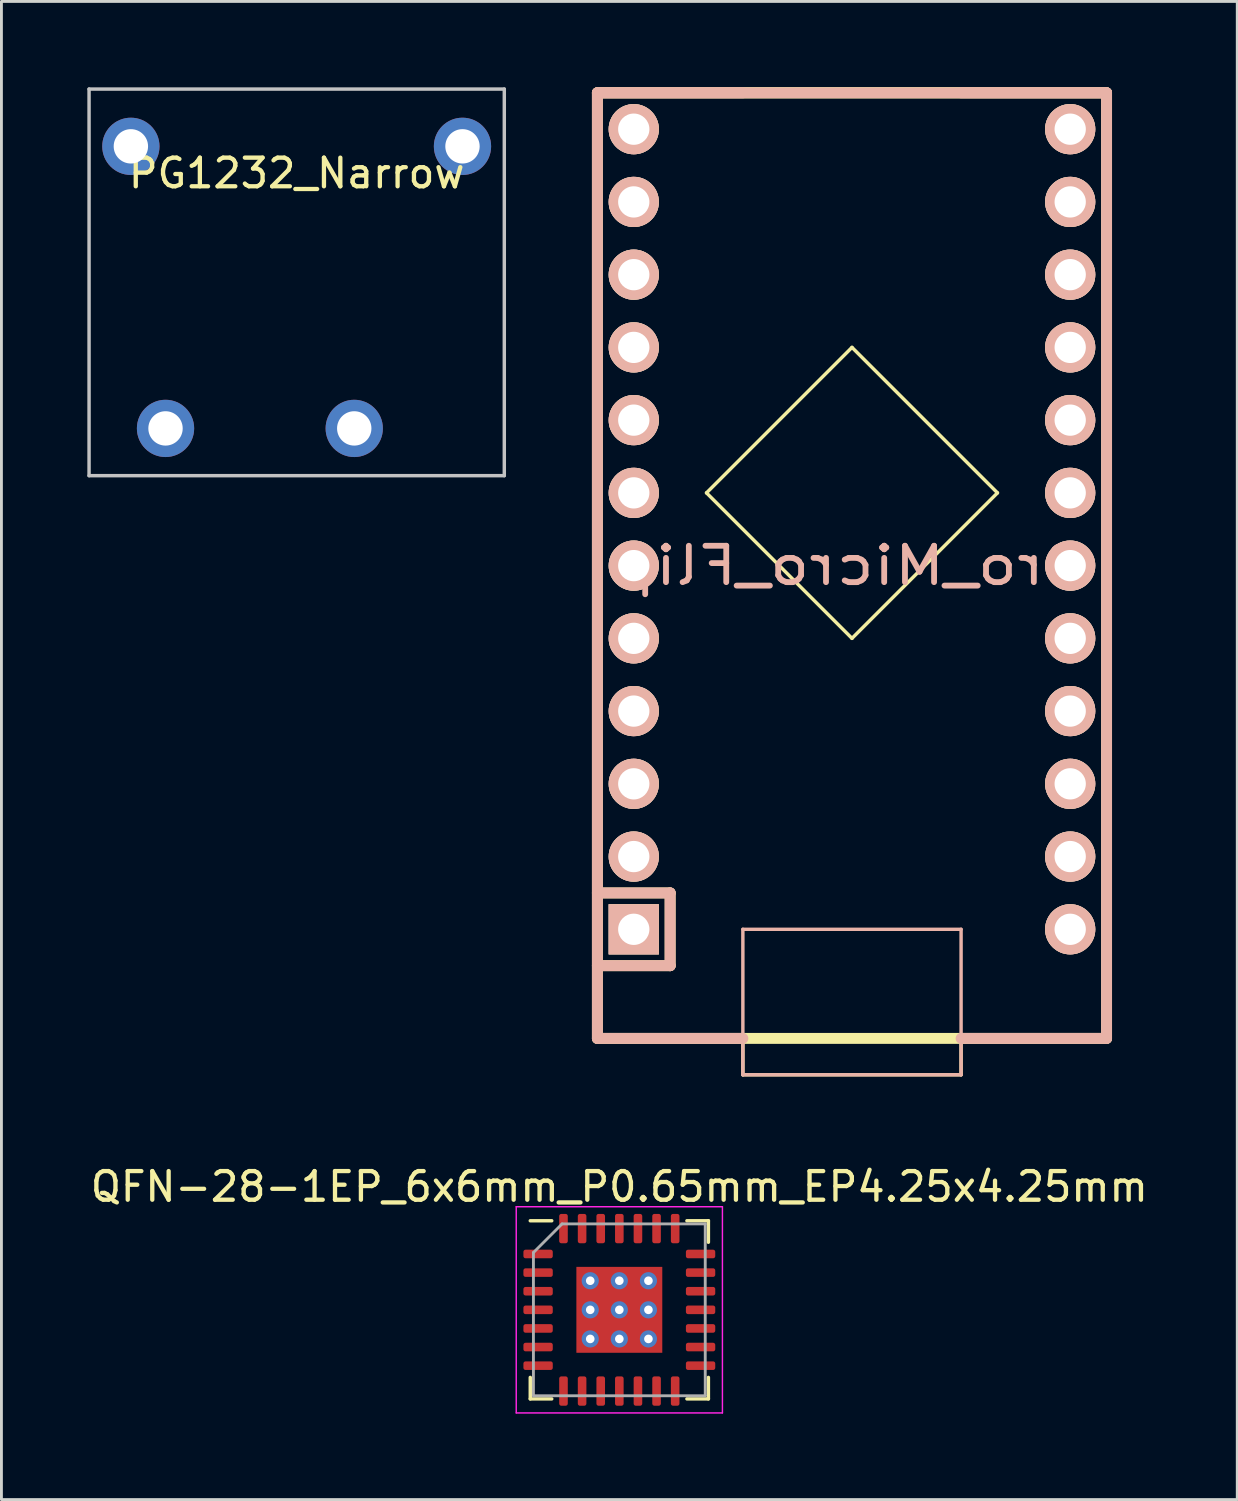
<source format=kicad_pcb>
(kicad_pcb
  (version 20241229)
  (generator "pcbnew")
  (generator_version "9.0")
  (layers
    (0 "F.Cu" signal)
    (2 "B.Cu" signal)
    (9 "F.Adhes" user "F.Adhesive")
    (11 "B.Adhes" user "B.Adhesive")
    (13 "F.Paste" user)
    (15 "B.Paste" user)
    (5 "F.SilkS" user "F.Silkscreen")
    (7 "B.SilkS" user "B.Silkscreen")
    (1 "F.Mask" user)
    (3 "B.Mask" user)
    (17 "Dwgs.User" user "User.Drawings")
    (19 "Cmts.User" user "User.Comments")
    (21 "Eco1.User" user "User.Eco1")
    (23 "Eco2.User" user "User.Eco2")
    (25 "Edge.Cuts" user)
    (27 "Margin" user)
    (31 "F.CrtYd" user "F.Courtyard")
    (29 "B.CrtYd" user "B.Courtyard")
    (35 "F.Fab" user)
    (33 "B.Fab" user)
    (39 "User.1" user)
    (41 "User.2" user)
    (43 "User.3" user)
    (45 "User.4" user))
  (footprint "QFN-28-1EP_6x6mm_P0.65mm_EP4.25x4.25mm"
    (layer "F.Cu")
    (at 18.577 42.689)
    (property "Reference" "QFN-28-1EP_6x6mm_P0.65mm_EP4.25x4.25mm" (at 0 -4.3 0) (layer "F.SilkS") (effects (font (size 1 1) (thickness 0.15))))
    (attr smd)
    (fp_line (start -3.11 3.11) (end -3.11 2.36) (stroke (width 0.12) (type solid)) (layer "F.SilkS"))
    (fp_line (start -2.36 -3.11) (end -3.11 -3.11) (stroke (width 0.12) (type solid)) (layer "F.SilkS"))
    (fp_line (start -2.36 3.11) (end -3.11 3.11) (stroke (width 0.12) (type solid)) (layer "F.SilkS"))
    (fp_line (start 2.36 -3.11) (end 3.11 -3.11) (stroke (width 0.12) (type solid)) (layer "F.SilkS"))
    (fp_line (start 2.36 3.11) (end 3.11 3.11) (stroke (width 0.12) (type solid)) (layer "F.SilkS"))
    (fp_line (start 3.11 -3.11) (end 3.11 -2.36) (stroke (width 0.12) (type solid)) (layer "F.SilkS"))
    (fp_line (start 3.11 3.11) (end 3.11 2.36) (stroke (width 0.12) (type solid)) (layer "F.SilkS"))
    (fp_line (start -3.6 -3.6) (end -3.6 3.6) (stroke (width 0.05) (type solid)) (layer "F.CrtYd"))
    (fp_line (start -3.6 3.6) (end 3.6 3.6) (stroke (width 0.05) (type solid)) (layer "F.CrtYd"))
    (fp_line (start 3.6 -3.6) (end -3.6 -3.6) (stroke (width 0.05) (type solid)) (layer "F.CrtYd"))
    (fp_line (start 3.6 3.6) (end 3.6 -3.6) (stroke (width 0.05) (type solid)) (layer "F.CrtYd"))
    (fp_line (start -3 -2) (end -2 -3) (stroke (width 0.1) (type solid)) (layer "F.Fab"))
    (fp_line (start -3 3) (end -3 -2) (stroke (width 0.1) (type solid)) (layer "F.Fab"))
    (fp_line (start -2 -3) (end 3 -3) (stroke (width 0.1) (type solid)) (layer "F.Fab"))
    (fp_line (start 3 -3) (end 3 3) (stroke (width 0.1) (type solid)) (layer "F.Fab"))
    (fp_line (start 3 3) (end -3 3) (stroke (width 0.1) (type solid)) (layer "F.Fab"))
    (pad "1" smd roundrect (at -2.837 -1.95) (size 1.025 0.3) (layers "F.Cu" "F.Mask" "F.Paste") (roundrect_rratio 0.25))
    (pad "2" smd roundrect (at -2.837 -1.3) (size 1.025 0.3) (layers "F.Cu" "F.Mask" "F.Paste") (roundrect_rratio 0.25))
    (pad "3" smd roundrect (at -2.837 -0.65) (size 1.025 0.3) (layers "F.Cu" "F.Mask" "F.Paste") (roundrect_rratio 0.25))
    (pad "4" smd roundrect (at -2.837 0) (size 1.025 0.3) (layers "F.Cu" "F.Mask" "F.Paste") (roundrect_rratio 0.25))
    (pad "5" smd roundrect (at -2.837 0.65) (size 1.025 0.3) (layers "F.Cu" "F.Mask" "F.Paste") (roundrect_rratio 0.25))
    (pad "6" smd roundrect (at -2.837 1.3) (size 1.025 0.3) (layers "F.Cu" "F.Mask" "F.Paste") (roundrect_rratio 0.25))
    (pad "6" thru_hole circle (at -1.016 -1.016) (size 0.6 0.6) (drill 0.3) (layers "*.Cu" "F.Mask"))
    (pad "6" thru_hole circle (at -1.016 0) (size 0.6 0.6) (drill 0.3) (layers "*.Cu" "F.Mask"))
    (pad "6" thru_hole circle (at -1.016 1.016 270) (size 0.6 0.6) (drill 0.3) (layers "*.Cu" "F.Mask"))
    (pad "6" thru_hole circle (at 0 -1.016) (size 0.6 0.6) (drill 0.3) (layers "*.Cu" "F.Mask"))
    (pad "6" thru_hole circle (at 0 0) (size 0.6 0.6) (drill 0.3) (layers "*.Cu" "F.Mask"))
    (pad "6" smd rect (at 0 0) (size 3 3) (layers "F.Cu" "F.Mask" "F.Paste"))
    (pad "6" thru_hole circle (at 0 1.016 270) (size 0.6 0.6) (drill 0.3) (layers "*.Cu" "F.Mask"))
    (pad "6" thru_hole circle (at 1.016 -1.016) (size 0.6 0.6) (drill 0.3) (layers "*.Cu" "F.Mask"))
    (pad "6" thru_hole circle (at 1.016 0) (size 0.6 0.6) (drill 0.3) (layers "*.Cu" "F.Mask"))
    (pad "6" thru_hole circle (at 1.016 1.016 270) (size 0.6 0.6) (drill 0.3) (layers "*.Cu" "F.Mask"))
    (pad "7" smd roundrect (at -2.837 1.95) (size 1.025 0.3) (layers "F.Cu" "F.Mask" "F.Paste") (roundrect_rratio 0.25))
    (pad "8" smd roundrect (at -1.95 2.837) (size 0.3 1.025) (layers "F.Cu" "F.Mask" "F.Paste") (roundrect_rratio 0.25))
    (pad "9" smd roundrect (at -1.3 2.837) (size 0.3 1.025) (layers "F.Cu" "F.Mask" "F.Paste") (roundrect_rratio 0.25))
    (pad "10" smd roundrect (at -0.65 2.837) (size 0.3 1.025) (layers "F.Cu" "F.Mask" "F.Paste") (roundrect_rratio 0.25))
    (pad "11" smd roundrect (at 0 2.837) (size 0.3 1.025) (layers "F.Cu" "F.Mask" "F.Paste") (roundrect_rratio 0.25))
    (pad "12" smd roundrect (at 0.65 2.837) (size 0.3 1.025) (layers "F.Cu" "F.Mask" "F.Paste") (roundrect_rratio 0.25))
    (pad "13" smd roundrect (at 1.3 2.837) (size 0.3 1.025) (layers "F.Cu" "F.Mask" "F.Paste") (roundrect_rratio 0.25))
    (pad "14" smd roundrect (at 1.95 2.837) (size 0.3 1.025) (layers "F.Cu" "F.Mask" "F.Paste") (roundrect_rratio 0.25))
    (pad "15" smd roundrect (at 2.837 1.95) (size 1.025 0.3) (layers "F.Cu" "F.Mask" "F.Paste") (roundrect_rratio 0.25))
    (pad "16" smd roundrect (at 2.837 1.3) (size 1.025 0.3) (layers "F.Cu" "F.Mask" "F.Paste") (roundrect_rratio 0.25))
    (pad "17" smd roundrect (at 2.837 0.65) (size 1.025 0.3) (layers "F.Cu" "F.Mask" "F.Paste") (roundrect_rratio 0.25))
    (pad "18" smd roundrect (at 2.837 0) (size 1.025 0.3) (layers "F.Cu" "F.Mask" "F.Paste") (roundrect_rratio 0.25))
    (pad "19" smd roundrect (at 2.837 -0.65) (size 1.025 0.3) (layers "F.Cu" "F.Mask" "F.Paste") (roundrect_rratio 0.25))
    (pad "20" smd roundrect (at 2.837 -1.3) (size 1.025 0.3) (layers "F.Cu" "F.Mask" "F.Paste") (roundrect_rratio 0.25))
    (pad "21" smd roundrect (at 2.837 -1.95) (size 1.025 0.3) (layers "F.Cu" "F.Mask" "F.Paste") (roundrect_rratio 0.25))
    (pad "22" smd roundrect (at 1.95 -2.837) (size 0.3 1.025) (layers "F.Cu" "F.Mask" "F.Paste") (roundrect_rratio 0.25))
    (pad "23" smd roundrect (at 1.3 -2.837) (size 0.3 1.025) (layers "F.Cu" "F.Mask" "F.Paste") (roundrect_rratio 0.25))
    (pad "24" smd roundrect (at 0.65 -2.837) (size 0.3 1.025) (layers "F.Cu" "F.Mask" "F.Paste") (roundrect_rratio 0.25))
    (pad "25" smd roundrect (at 0 -2.837) (size 0.3 1.025) (layers "F.Cu" "F.Mask" "F.Paste") (roundrect_rratio 0.25))
    (pad "26" smd roundrect (at -0.65 -2.837) (size 0.3 1.025) (layers "F.Cu" "F.Mask" "F.Paste") (roundrect_rratio 0.25))
    (pad "27" smd roundrect (at -1.3 -2.837) (size 0.3 1.025) (layers "F.Cu" "F.Mask" "F.Paste") (roundrect_rratio 0.25))
    (pad "28" smd roundrect (at -1.95 -2.837) (size 0.3 1.025) (layers "F.Cu" "F.Mask" "F.Paste") (roundrect_rratio 0.25)))
  (footprint "PG1232_Narrow"
    (layer "F.Cu")
    (at 7.31 6.81)
    (property "Reference" "PG1232_Narrow" (at 0 -3.81 0) (layer "F.SilkS") (effects (font (size 1 1) (thickness 0.15))))
    (attr through_hole)
    (fp_line (start -7.25 -6.75) (end -7.25 6.75) (stroke (width 0.12) (type solid)) (layer "Dwgs.User"))
    (fp_line (start -7.25 -6.75) (end 7.25 -6.75) (stroke (width 0.12) (type solid)) (layer "Dwgs.User"))
    (fp_line (start 7.25 6.75) (end -7.25 6.75) (stroke (width 0.12) (type solid)) (layer "Dwgs.User"))
    (fp_line (start 7.25 6.75) (end 7.25 -6.75) (stroke (width 0.12) (type solid)) (layer "Dwgs.User"))
    (fp_line (start -5.925 -2.95) (end 5.925 -2.95) (stroke (width 0.12) (type solid)) (layer "Eco1.User"))
    (fp_line (start -5.925 4) (end -5.925 -2.95) (stroke (width 0.12) (type solid)) (layer "Eco1.User"))
    (fp_line (start 5.925 -2.95) (end 5.925 4) (stroke (width 0.12) (type solid)) (layer "Eco1.User"))
    (fp_line (start 5.925 4) (end -5.925 4) (stroke (width 0.12) (type solid)) (layer "Eco1.User"))
    (pad "1" thru_hole circle (at -4.58 5.1) (size 2 2) (drill 1.2) (layers "*.Cu" "*.Mask"))
    (pad "2" thru_hole circle (at 2.01 5.1) (size 2 2) (drill 1.2) (layers "*.Cu" "*.Mask"))
    (pad "3" thru_hole circle (at -5.79 -4.75) (size 2 2) (drill 1.2) (layers "*.Cu" "*.Mask"))
    (pad "3" thru_hole circle (at 5.79 -4.75) (size 2 2) (drill 1.2) (layers "*.Cu" "*.Mask")))
  (footprint "Pro_Micro_Flip"
    (layer "F.Cu")
    (at 26.701 16.701)
    (property "Reference" "Pro_Micro_Flip" (at 0 0 180) (layer "B.SilkS") (effects (font (size 1.27 1.524) (thickness 0.203)) (justify mirror)))
    (attr through_hole)
    (fp_line (start -8.89 -16.51) (end -8.89 16.51) (stroke (width 0.381) (type solid)) (layer "F.SilkS"))
    (fp_line (start -8.89 -16.51) (end 8.89 -16.51) (stroke (width 0.381) (type solid)) (layer "F.SilkS"))
    (fp_line (start -8.89 11.43) (end -6.35 11.43) (stroke (width 0.381) (type solid)) (layer "F.SilkS"))
    (fp_line (start -8.89 13.97) (end -6.35 13.97) (stroke (width 0.381) (type solid)) (layer "F.SilkS"))
    (fp_line (start -8.89 16.51) (end 8.89 16.51) (stroke (width 0.381) (type solid)) (layer "F.SilkS"))
    (fp_line (start -6.35 11.43) (end -6.35 13.97) (stroke (width 0.381) (type solid)) (layer "F.SilkS"))
    (fp_line (start -5.08 -2.54) (end 0 -7.62) (stroke (width 0.12) (type solid)) (layer "F.SilkS"))
    (fp_line (start -3.81 16.51) (end -3.81 17.78) (stroke (width 0.12) (type solid)) (layer "F.SilkS"))
    (fp_line (start -3.81 17.78) (end 3.81 17.78) (stroke (width 0.12) (type solid)) (layer "F.SilkS"))
    (fp_line (start 0 -7.62) (end 5.08 -2.54) (stroke (width 0.12) (type solid)) (layer "F.SilkS"))
    (fp_line (start 0 2.54) (end -5.08 -2.54) (stroke (width 0.12) (type solid)) (layer "F.SilkS"))
    (fp_line (start 3.81 17.78) (end 3.81 16.51) (stroke (width 0.12) (type solid)) (layer "F.SilkS"))
    (fp_line (start 5.08 -2.54) (end 0 2.54) (stroke (width 0.12) (type solid)) (layer "F.SilkS"))
    (fp_line (start 8.89 -16.51) (end -8.89 -16.51) (stroke (width 0.381) (type solid)) (layer "F.SilkS"))
    (fp_line (start 8.89 16.51) (end 8.89 -16.51) (stroke (width 0.381) (type solid)) (layer "F.SilkS"))
    (fp_line (start -8.89 -16.51) (end -8.89 16.51) (stroke (width 0.381) (type solid)) (layer "B.SilkS"))
    (fp_line (start -8.89 -16.51) (end -3.81 -16.51) (stroke (width 0.381) (type solid)) (layer "B.SilkS"))
    (fp_line (start -8.89 -16.51) (end 8.89 -16.51) (stroke (width 0.381) (type solid)) (layer "B.SilkS"))
    (fp_line (start -8.89 11.43) (end -6.35 11.43) (stroke (width 0.381) (type solid)) (layer "B.SilkS"))
    (fp_line (start -8.89 13.97) (end -6.35 13.97) (stroke (width 0.381) (type solid)) (layer "B.SilkS"))
    (fp_line (start -8.89 16.51) (end -3.81 16.51) (stroke (width 0.381) (type solid)) (layer "B.SilkS"))
    (fp_line (start -6.35 11.43) (end -6.35 13.97) (stroke (width 0.381) (type solid)) (layer "B.SilkS"))
    (fp_line (start -3.81 12.7) (end -3.81 17.78) (stroke (width 0.12) (type solid)) (layer "B.SilkS"))
    (fp_line (start -3.81 12.7) (end 3.81 12.7) (stroke (width 0.12) (type solid)) (layer "B.SilkS"))
    (fp_line (start -3.81 17.78) (end 3.81 17.78) (stroke (width 0.12) (type solid)) (layer "B.SilkS"))
    (fp_line (start 3.81 -16.51) (end 8.89 -16.51) (stroke (width 0.381) (type solid)) (layer "B.SilkS"))
    (fp_line (start 3.81 16.51) (end 8.89 16.51) (stroke (width 0.381) (type solid)) (layer "B.SilkS"))
    (fp_line (start 3.81 17.78) (end 3.81 12.7) (stroke (width 0.12) (type solid)) (layer "B.SilkS"))
    (fp_line (start 8.89 -16.51) (end 8.89 16.51) (stroke (width 0.381) (type solid)) (layer "B.SilkS"))
    (pad "1" thru_hole rect (at -7.62 12.7 90) (size 1.753 1.753) (drill 1.092) (layers "*.Cu" "*.SilkS" "*.Mask"))
    (pad "2" thru_hole circle (at -7.62 10.16 90) (size 1.753 1.753) (drill 1.092) (layers "*.Cu" "*.SilkS" "*.Mask"))
    (pad "3" thru_hole circle (at -7.62 7.62 90) (size 1.753 1.753) (drill 1.092) (layers "*.Cu" "*.SilkS" "*.Mask"))
    (pad "4" thru_hole circle (at -7.62 5.08 90) (size 1.753 1.753) (drill 1.092) (layers "*.Cu" "*.SilkS" "*.Mask"))
    (pad "5" thru_hole circle (at -7.62 2.54 90) (size 1.753 1.753) (drill 1.092) (layers "*.Cu" "*.SilkS" "*.Mask"))
    (pad "6" thru_hole circle (at -7.62 0 90) (size 1.753 1.753) (drill 1.092) (layers "*.Cu" "*.SilkS" "*.Mask"))
    (pad "7" thru_hole circle (at -7.62 -2.54 90) (size 1.753 1.753) (drill 1.092) (layers "*.Cu" "*.SilkS" "*.Mask"))
    (pad "8" thru_hole circle (at -7.62 -5.08 90) (size 1.753 1.753) (drill 1.092) (layers "*.Cu" "*.SilkS" "*.Mask"))
    (pad "9" thru_hole circle (at -7.62 -7.62 90) (size 1.753 1.753) (drill 1.092) (layers "*.Cu" "*.SilkS" "*.Mask"))
    (pad "10" thru_hole circle (at -7.62 -10.16 90) (size 1.753 1.753) (drill 1.092) (layers "*.Cu" "*.SilkS" "*.Mask"))
    (pad "11" thru_hole circle (at -7.62 -12.7 90) (size 1.753 1.753) (drill 1.092) (layers "*.Cu" "*.SilkS" "*.Mask"))
    (pad "12" thru_hole circle (at -7.62 -15.24 90) (size 1.753 1.753) (drill 1.092) (layers "*.Cu" "*.SilkS" "*.Mask"))
    (pad "13" thru_hole circle (at 7.62 12.7 90) (size 1.753 1.753) (drill 1.092) (layers "*.Cu" "*.SilkS" "*.Mask"))
    (pad "14" thru_hole circle (at 7.62 10.16 90) (size 1.753 1.753) (drill 1.092) (layers "*.Cu" "*.SilkS" "*.Mask"))
    (pad "15" thru_hole circle (at 7.62 7.62 90) (size 1.753 1.753) (drill 1.092) (layers "*.Cu" "*.SilkS" "*.Mask"))
    (pad "16" thru_hole circle (at 7.62 5.08 90) (size 1.753 1.753) (drill 1.092) (layers "*.Cu" "*.SilkS" "*.Mask"))
    (pad "17" thru_hole circle (at 7.62 2.54 90) (size 1.753 1.753) (drill 1.092) (layers "*.Cu" "*.SilkS" "*.Mask"))
    (pad "18" thru_hole circle (at 7.62 0 90) (size 1.753 1.753) (drill 1.092) (layers "*.Cu" "*.SilkS" "*.Mask"))
    (pad "19" thru_hole circle (at 7.62 -2.54 90) (size 1.753 1.753) (drill 1.092) (layers "*.Cu" "*.SilkS" "*.Mask"))
    (pad "20" thru_hole circle (at 7.62 -5.08 90) (size 1.753 1.753) (drill 1.092) (layers "*.Cu" "*.SilkS" "*.Mask"))
    (pad "21" thru_hole circle (at 7.62 -7.62 90) (size 1.753 1.753) (drill 1.092) (layers "*.Cu" "*.SilkS" "*.Mask"))
    (pad "22" thru_hole circle (at 7.62 -10.16 90) (size 1.753 1.753) (drill 1.092) (layers "*.Cu" "*.SilkS" "*.Mask"))
    (pad "23" thru_hole circle (at 7.62 -12.7 90) (size 1.753 1.753) (drill 1.092) (layers "*.Cu" "*.SilkS" "*.Mask"))
    (pad "24" thru_hole circle (at 7.62 -15.24 90) (size 1.753 1.753) (drill 1.092) (layers "*.Cu" "*.SilkS" "*.Mask")))
  (gr_rect
    (start -3 -3)
    (end 40.155 49.314)
    (stroke (width 0.1) (type default))
    (fill no)
    (layer "Edge.Cuts")))
</source>
